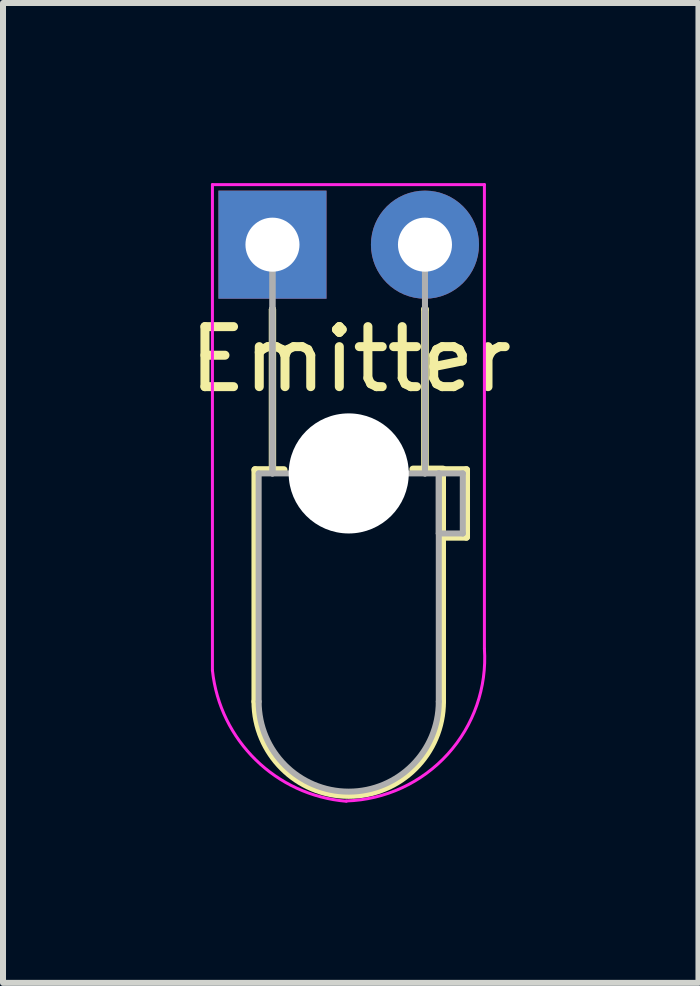
<source format=kicad_pcb>
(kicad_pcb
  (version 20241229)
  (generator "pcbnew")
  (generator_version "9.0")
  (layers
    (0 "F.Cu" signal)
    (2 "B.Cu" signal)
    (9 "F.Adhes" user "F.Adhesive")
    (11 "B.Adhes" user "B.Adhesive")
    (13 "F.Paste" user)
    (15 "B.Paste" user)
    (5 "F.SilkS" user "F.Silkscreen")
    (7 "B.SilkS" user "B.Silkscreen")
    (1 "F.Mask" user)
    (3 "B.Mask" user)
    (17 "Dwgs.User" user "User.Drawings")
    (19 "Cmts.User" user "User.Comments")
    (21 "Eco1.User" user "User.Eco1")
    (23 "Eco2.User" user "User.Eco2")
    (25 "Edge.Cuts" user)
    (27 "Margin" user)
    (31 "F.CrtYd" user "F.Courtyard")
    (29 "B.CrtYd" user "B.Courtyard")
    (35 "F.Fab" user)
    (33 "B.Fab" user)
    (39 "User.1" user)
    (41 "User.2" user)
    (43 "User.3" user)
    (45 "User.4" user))
  (footprint "Emitter"
    (layer "F.Cu")
    (at 1.488 1.025)
    (property "Reference" "Emitter" (at 1.304 1.91 180) (layer "F.SilkS") (effects (font (size 1 1) (thickness 0.15))))
    (attr through_hole)
    (fp_line (start -0.29 3.75) (end -0.29 7.61) (stroke (width 0.12) (type solid)) (layer "F.SilkS"))
    (fp_line (start 0 1.08) (end 0 1.08) (stroke (width 0.12) (type solid)) (layer "F.SilkS"))
    (fp_line (start 0 1.08) (end 0 3.75) (stroke (width 0.12) (type solid)) (layer "F.SilkS"))
    (fp_line (start 0 3.75) (end 0 1.08) (stroke (width 0.12) (type solid)) (layer "F.SilkS"))
    (fp_line (start 0 3.75) (end 0 3.75) (stroke (width 0.12) (type solid)) (layer "F.SilkS"))
    (fp_line (start 0.19 3.75) (end -0.29 3.75) (stroke (width 0.12) (type solid)) (layer "F.SilkS"))
    (fp_line (start 2.54 1.07) (end 2.54 3.74) (stroke (width 0.12) (type solid)) (layer "F.SilkS"))
    (fp_line (start 2.54 1.08) (end 2.54 1.08) (stroke (width 0.12) (type solid)) (layer "F.SilkS"))
    (fp_line (start 2.54 3.74) (end 2.54 1.07) (stroke (width 0.12) (type solid)) (layer "F.SilkS"))
    (fp_line (start 2.83 3.75) (end 2.83 7.61) (stroke (width 0.12) (type solid)) (layer "F.SilkS"))
    (fp_line (start 2.83 3.75) (end 3.23 3.75) (stroke (width 0.12) (type solid)) (layer "F.SilkS"))
    (fp_line (start 2.83 4.87) (end 2.83 3.75) (stroke (width 0.12) (type solid)) (layer "F.SilkS"))
    (fp_line (start 2.84 3.74) (end 2.34 3.74) (stroke (width 0.12) (type solid)) (layer "F.SilkS"))
    (fp_line (start 3.23 3.75) (end 3.23 4.87) (stroke (width 0.12) (type solid)) (layer "F.SilkS"))
    (fp_line (start 3.23 4.87) (end 2.83 4.87) (stroke (width 0.12) (type solid)) (layer "F.SilkS"))
    (fp_arc (start 2.83 7.61) (mid 1.27 9.17) (end -0.29 7.61) (stroke (width 0.12) (type solid)) (layer "F.SilkS"))
    (fp_line (start -1 -1) (end -1 7.09) (stroke (width 0.05) (type solid)) (layer "F.CrtYd"))
    (fp_line (start 3.53 -1) (end -1 -1) (stroke (width 0.05) (type solid)) (layer "F.CrtYd"))
    (fp_line (start 3.53 6.73) (end 3.53 -1) (stroke (width 0.05) (type solid)) (layer "F.CrtYd"))
    (fp_arc (start 1.23 9.27) (mid -0.277636 8.581642) (end -1 7.09) (stroke (width 0.05) (type solid)) (layer "F.CrtYd"))
    (fp_arc (start 3.53 6.73) (mid 2.918507 8.485869) (end 1.230403 9.265167) (stroke (width 0.05) (type solid)) (layer "F.CrtYd"))
    (fp_line (start -0.23 3.81) (end -0.23 7.61) (stroke (width 0.1) (type solid)) (layer "F.Fab"))
    (fp_line (start -0.23 3.81) (end 2.77 3.81) (stroke (width 0.1) (type solid)) (layer "F.Fab"))
    (fp_line (start 0 0) (end 0 0) (stroke (width 0.1) (type solid)) (layer "F.Fab"))
    (fp_line (start 0 0) (end 0 3.81) (stroke (width 0.1) (type solid)) (layer "F.Fab"))
    (fp_line (start 0 3.81) (end 0 0) (stroke (width 0.1) (type solid)) (layer "F.Fab"))
    (fp_line (start 0 3.81) (end 0 3.81) (stroke (width 0.1) (type solid)) (layer "F.Fab"))
    (fp_line (start 2.54 0) (end 2.54 0) (stroke (width 0.1) (type solid)) (layer "F.Fab"))
    (fp_line (start 2.54 0) (end 2.54 3.81) (stroke (width 0.1) (type solid)) (layer "F.Fab"))
    (fp_line (start 2.54 3.81) (end 2.54 0) (stroke (width 0.1) (type solid)) (layer "F.Fab"))
    (fp_line (start 2.54 3.81) (end 2.54 3.81) (stroke (width 0.1) (type solid)) (layer "F.Fab"))
    (fp_line (start 2.77 3.81) (end 2.77 7.61) (stroke (width 0.1) (type solid)) (layer "F.Fab"))
    (fp_line (start 2.77 3.81) (end 3.17 3.81) (stroke (width 0.1) (type solid)) (layer "F.Fab"))
    (fp_line (start 2.77 4.81) (end 2.77 3.81) (stroke (width 0.1) (type solid)) (layer "F.Fab"))
    (fp_line (start 3.17 3.81) (end 3.17 4.81) (stroke (width 0.1) (type solid)) (layer "F.Fab"))
    (fp_line (start 3.17 4.81) (end 2.77 4.81) (stroke (width 0.1) (type solid)) (layer "F.Fab"))
    (fp_arc (start 2.77 7.61) (mid 1.27 9.11) (end -0.23 7.61) (stroke (width 0.1) (type solid)) (layer "F.Fab"))
    (pad "" np_thru_hole circle (at 1.27 3.81) (size 2 2) (drill 2) (layers "*.Cu" "*.Mask"))
    (pad "1" thru_hole rect (at 0 0) (size 1.8 1.8) (drill 0.9) (layers "*.Cu" "*.Mask"))
    (pad "2" thru_hole circle (at 2.54 0) (size 1.8 1.8) (drill 0.9) (layers "*.Cu" "*.Mask")))
  (gr_rect
    (start -3 -3)
    (end 8.583 13.32)
    (stroke (width 0.1) (type default))
    (fill no)
    (layer "Edge.Cuts")))
</source>
